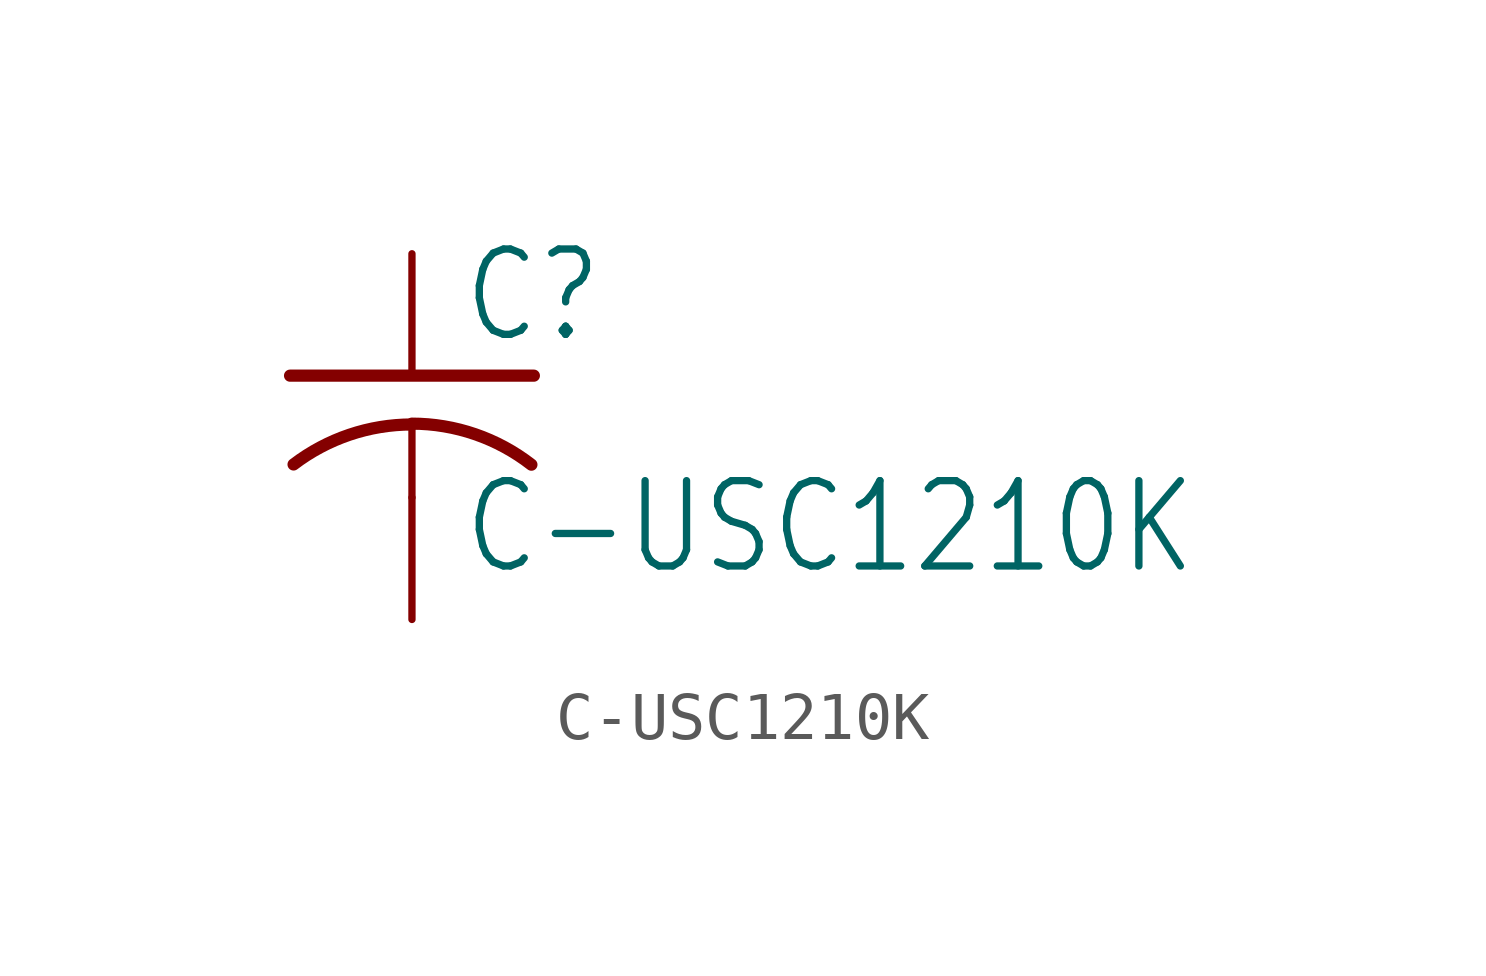
<source format=kicad_sym>
(kicad_symbol_lib
  (version 20211014)
  (generator kicad_symbol_editor)
  (symbol "C-USC1210K"
    (property "Reference" "C"
      (at 1.016 0.635 0)
      (effects (font (size 1.778 1.511)) (justify left bottom)))
    (property "Value" "C-USC1210K"
      (at 1.016 -4.191 0)
      (effects (font (size 1.778 1.511)) (justify left bottom)))
    (property "ki_locked" ""
      (at 0 0 0)
      (effects (font (size 1.27 1.27))))
    (symbol "C-USC1210K_1_0"
      (arc (start 0 -1.0161) (mid -1.302 -1.2303) (end -2.4668 -1.8504) (stroke (width 0.254) (type default) (color 0 0 0 0)) (fill (type none)))
      (polyline (pts (xy -2.54 0) (xy 2.54 0)) (stroke (width 0.254) (type default) (color 0 0 0 0)) (fill (type none)))
      (polyline (pts (xy 0 -1.016) (xy 0 -2.54)) (stroke (width 0.152) (type default) (color 0 0 0 0)) (fill (type none)))
      (arc (start 2.4892 -1.8542) (mid 1.3158 -1.2195) (end 0 -1) (stroke (width 0.254) (type default) (color 0 0 0 0)) (fill (type none)))
      (pin passive line (at 0 2.54 270) (length 2.54) (name "1" (effects (font (size 0 0)))) (number "1" (effects (font (size 0 0)))))
      (pin passive line (at 0 -5.08 90) (length 2.54) (name "2" (effects (font (size 0 0)))) (number "2" (effects (font (size 0 0))))))))
</source>
